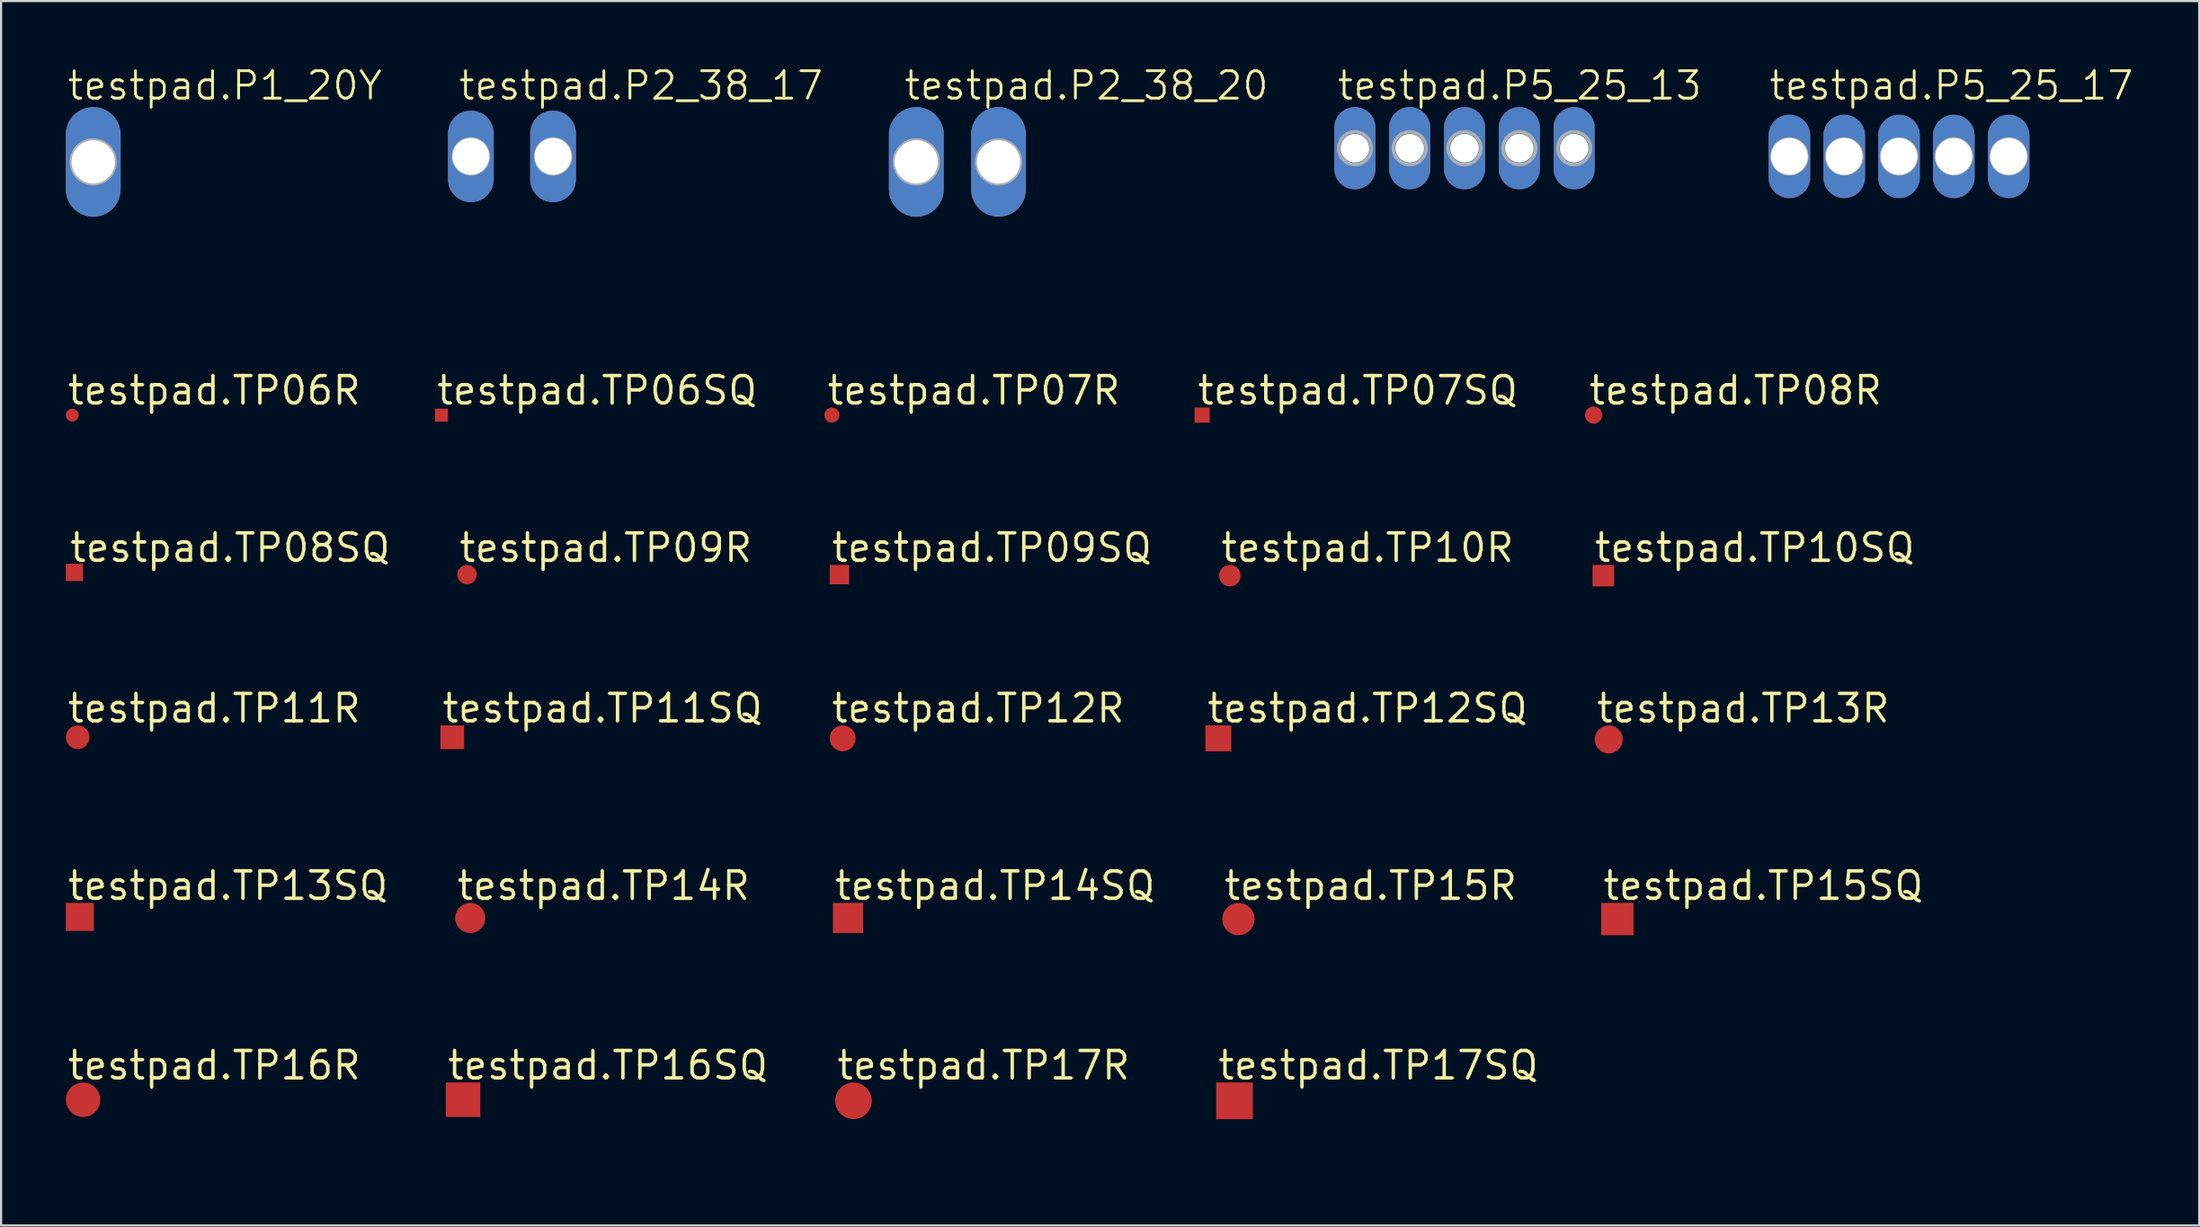
<source format=kicad_pcb>
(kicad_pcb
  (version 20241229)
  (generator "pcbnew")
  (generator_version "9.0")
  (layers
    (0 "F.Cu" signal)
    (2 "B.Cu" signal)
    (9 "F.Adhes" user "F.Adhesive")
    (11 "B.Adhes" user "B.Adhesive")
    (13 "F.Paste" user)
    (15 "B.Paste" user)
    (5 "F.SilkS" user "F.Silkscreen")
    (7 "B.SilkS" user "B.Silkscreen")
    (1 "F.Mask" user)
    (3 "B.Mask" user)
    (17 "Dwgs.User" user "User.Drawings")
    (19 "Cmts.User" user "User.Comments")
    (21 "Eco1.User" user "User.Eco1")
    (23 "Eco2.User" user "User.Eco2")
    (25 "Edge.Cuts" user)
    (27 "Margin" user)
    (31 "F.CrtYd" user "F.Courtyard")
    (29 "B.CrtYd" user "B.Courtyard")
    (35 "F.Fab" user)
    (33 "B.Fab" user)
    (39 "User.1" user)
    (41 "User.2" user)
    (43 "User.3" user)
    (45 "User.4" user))
  (footprint "testpad.P5_25_13"
    (layer "F.Cu")
    (at 64.821 3.819)
    (property "Reference" "testpad.P5_25_13" (at -5.969 -2.159 0) (layer "F.SilkS") (effects (font (size 1.27 1.27) (thickness 0.13)) (justify left bottom)))
    (attr through_hole)
    (fp_rect (start -5.41 0.33) (end -4.75 -0.33) (stroke (width 0.05) (type default)) (fill no) (layer "F.Fab"))
    (fp_rect (start -2.87 0.33) (end -2.21 -0.33) (stroke (width 0.05) (type default)) (fill no) (layer "F.Fab"))
    (fp_rect (start -0.33 0.33) (end 0.33 -0.33) (stroke (width 0.05) (type default)) (fill no) (layer "F.Fab"))
    (fp_rect (start 2.21 0.33) (end 2.87 -0.33) (stroke (width 0.05) (type default)) (fill no) (layer "F.Fab"))
    (fp_rect (start 4.75 0.33) (end 5.41 -0.33) (stroke (width 0.05) (type default)) (fill no) (layer "F.Fab"))
    (fp_circle (center -5.08 0) (end -4.318 0) (stroke (width 0.152) (type default)) (fill no) (layer "F.Fab"))
    (fp_circle (center -2.54 0) (end -1.778 0) (stroke (width 0.152) (type default)) (fill no) (layer "F.Fab"))
    (fp_circle (center 0 0) (end 0.762 0) (stroke (width 0.152) (type default)) (fill no) (layer "F.Fab"))
    (fp_circle (center 2.54 0) (end 3.302 0) (stroke (width 0.152) (type default)) (fill no) (layer "F.Fab"))
    (fp_circle (center 5.08 0) (end 5.842 0) (stroke (width 0.152) (type default)) (fill no) (layer "F.Fab"))
    (fp_text user ">TP_SIGNAL_NAME" (at -5.715 3.81 0) (layer "Eco1.User") (effects (font (size 1 1) (thickness 0.13)) (justify left bottom)))
    (pad "TP-1" thru_hole oval (at -5.08 0 90) (size 3.81 1.905) (drill 1.321) (layers "*.Cu" "*.Mask"))
    (pad "TP-2" thru_hole oval (at -2.54 0 90) (size 3.81 1.905) (drill 1.321) (layers "*.Cu" "*.Mask"))
    (pad "TP-3" thru_hole oval (at 0 0 90) (size 3.81 1.905) (drill 1.321) (layers "*.Cu" "*.Mask"))
    (pad "TP-4" thru_hole oval (at 2.54 0 90) (size 3.81 1.905) (drill 1.321) (layers "*.Cu" "*.Mask"))
    (pad "TP-5" thru_hole oval (at 5.08 0 90) (size 3.81 1.905) (drill 1.321) (layers "*.Cu" "*.Mask")))
  (footprint "testpad.TP09SQ"
    (layer "F.Cu")
    (at 35.852 23.582)
    (property "Reference" "testpad.TP09SQ" (at -0.45 -0.5 0) (layer "F.SilkS") (effects (font (size 1.27 1.27) (thickness 0.16)) (justify left bottom)))
    (attr smd)
    (fp_text user ">TP_SIGNAL_NAME" (at 0 1.905 0) (layer "Eco1.User") (effects (font (size 1 1) (thickness 0.13)) (justify left bottom)))
    (pad "TP" smd roundrect (at 0 0) (size 0.9 0.9) (layers "F.Cu" "F.Mask" "F.Paste") (roundrect_rratio 0.01)))
  (footprint "testpad.TP15R"
    (layer "F.Cu")
    (at 54.344 39.549)
    (property "Reference" "testpad.TP15R" (at -0.75 -0.8 0) (layer "F.SilkS") (effects (font (size 1.27 1.27) (thickness 0.16)) (justify left bottom)))
    (attr smd)
    (fp_text user ">TP_SIGNAL_NAME" (at 0 2.54 0) (layer "Eco1.User") (effects (font (size 1 1) (thickness 0.13)) (justify left bottom)))
    (pad "TP" smd roundrect (at 0 0) (size 1.5 1.5) (layers "F.Cu" "F.Mask" "F.Paste") (roundrect_rratio 0.5)))
  (footprint "testpad.TP09R"
    (layer "F.Cu")
    (at 18.593 23.582)
    (property "Reference" "testpad.TP09R" (at -0.45 -0.5 0) (layer "F.SilkS") (effects (font (size 1.27 1.27) (thickness 0.16)) (justify left bottom)))
    (attr smd)
    (fp_text user ">TP_SIGNAL_NAME" (at 0 1.905 0) (layer "Eco1.User") (effects (font (size 1 1) (thickness 0.13)) (justify left bottom)))
    (pad "TP" smd roundrect (at 0 0) (size 0.9 0.9) (layers "F.Cu" "F.Mask" "F.Paste") (roundrect_rratio 0.5)))
  (footprint "testpad.P2_38_20"
    (layer "F.Cu")
    (at 41.32 4.454)
    (property "Reference" "testpad.P2_38_20" (at -2.54 -2.794 0) (layer "F.SilkS") (effects (font (size 1.27 1.27) (thickness 0.13)) (justify left bottom)))
    (attr through_hole)
    (fp_rect (start -2.235 0.33) (end -1.575 -0.33) (stroke (width 0.05) (type default)) (fill no) (layer "F.Fab"))
    (fp_rect (start 1.575 0.33) (end 2.235 -0.33) (stroke (width 0.05) (type default)) (fill no) (layer "F.Fab"))
    (fp_circle (center -1.905 0) (end -0.889 0) (stroke (width 0.152) (type default)) (fill no) (layer "F.Fab"))
    (fp_circle (center 1.905 0) (end 2.921 0) (stroke (width 0.152) (type default)) (fill no) (layer "F.Fab"))
    (fp_text user ">TP_SIGNAL_NAME" (at -2.54 6.35 0) (layer "Eco1.User") (effects (font (size 1 1) (thickness 0.13)) (justify left bottom)))
    (pad "TP-1" thru_hole oval (at -1.905 0 90) (size 5.08 2.54) (drill 2.007) (layers "*.Cu" "*.Mask"))
    (pad "TP-2" thru_hole oval (at 1.905 0 90) (size 5.08 2.54) (drill 2.007) (layers "*.Cu" "*.Mask")))
  (footprint "testpad.TP12SQ"
    (layer "F.Cu")
    (at 53.411 31.173)
    (property "Reference" "testpad.TP12SQ" (at -0.6 -0.65 0) (layer "F.SilkS") (effects (font (size 1.27 1.27) (thickness 0.16)) (justify left bottom)))
    (attr smd)
    (fp_text user ">TP_SIGNAL_NAME" (at 0 2.54 0) (layer "Eco1.User") (effects (font (size 1 1) (thickness 0.13)) (justify left bottom)))
    (pad "TP" smd roundrect (at 0 0) (size 1.2 1.2) (layers "F.Cu" "F.Mask" "F.Paste") (roundrect_rratio 0.01)))
  (footprint "testpad.TP14SQ"
    (layer "F.Cu")
    (at 36.252 39.499)
    (property "Reference" "testpad.TP14SQ" (at -0.7 -0.75 0) (layer "F.SilkS") (effects (font (size 1.27 1.27) (thickness 0.16)) (justify left bottom)))
    (attr smd)
    (fp_text user ">TP_SIGNAL_NAME" (at 0 2.54 0) (layer "Eco1.User") (effects (font (size 1 1) (thickness 0.13)) (justify left bottom)))
    (pad "TP" smd roundrect (at 0 0) (size 1.4 1.4) (layers "F.Cu" "F.Mask" "F.Paste") (roundrect_rratio 0.01)))
  (footprint "testpad.TP12R"
    (layer "F.Cu")
    (at 36.002 31.173)
    (property "Reference" "testpad.TP12R" (at -0.6 -0.65 0) (layer "F.SilkS") (effects (font (size 1.27 1.27) (thickness 0.16)) (justify left bottom)))
    (attr smd)
    (fp_text user ">TP_SIGNAL_NAME" (at 0 2.54 0) (layer "Eco1.User") (effects (font (size 1 1) (thickness 0.13)) (justify left bottom)))
    (pad "TP" smd roundrect (at 0 0) (size 1.2 1.2) (layers "F.Cu" "F.Mask" "F.Paste") (roundrect_rratio 0.5)))
  (footprint "testpad.TP16R"
    (layer "F.Cu")
    (at 0.8 47.925)
    (property "Reference" "testpad.TP16R" (at -0.8 -0.85 0) (layer "F.SilkS") (effects (font (size 1.27 1.27) (thickness 0.16)) (justify left bottom)))
    (attr smd)
    (fp_text user ">TP_SIGNAL_NAME" (at 0 2.54 0) (layer "Eco1.User") (effects (font (size 1 1) (thickness 0.13)) (justify left bottom)))
    (pad "TP" smd roundrect (at 0 0) (size 1.6 1.6) (layers "F.Cu" "F.Mask" "F.Paste") (roundrect_rratio 0.5)))
  (footprint "testpad.TP14R"
    (layer "F.Cu")
    (at 18.743 39.499)
    (property "Reference" "testpad.TP14R" (at -0.7 -0.75 0) (layer "F.SilkS") (effects (font (size 1.27 1.27) (thickness 0.16)) (justify left bottom)))
    (attr smd)
    (fp_text user ">TP_SIGNAL_NAME" (at 0 2.54 0) (layer "Eco1.User") (effects (font (size 1 1) (thickness 0.13)) (justify left bottom)))
    (pad "TP" smd roundrect (at 0 0) (size 1.4 1.4) (layers "F.Cu" "F.Mask" "F.Paste") (roundrect_rratio 0.5)))
  (footprint "testpad.TP10SQ"
    (layer "F.Cu")
    (at 71.254 23.632)
    (property "Reference" "testpad.TP10SQ" (at -0.5 -0.55 0) (layer "F.SilkS") (effects (font (size 1.27 1.27) (thickness 0.16)) (justify left bottom)))
    (attr smd)
    (fp_text user ">TP_SIGNAL_NAME" (at 0 1.905 0) (layer "Eco1.User") (effects (font (size 1 1) (thickness 0.13)) (justify left bottom)))
    (pad "TP" smd roundrect (at 0 0) (size 1 1) (layers "F.Cu" "F.Mask" "F.Paste") (roundrect_rratio 0.01)))
  (footprint "testpad.TP07SQ"
    (layer "F.Cu")
    (at 52.661 16.19)
    (property "Reference" "testpad.TP07SQ" (at -0.3 -0.4 0) (layer "F.SilkS") (effects (font (size 1.27 1.27) (thickness 0.16)) (justify left bottom)))
    (attr smd)
    (fp_text user ">TP_SIGNAL_NAME" (at 0 1.905 0) (layer "Eco1.User") (effects (font (size 1 1) (thickness 0.13)) (justify left bottom)))
    (pad "TP" smd roundrect (at 0 0) (size 0.7 0.7) (layers "F.Cu" "F.Mask" "F.Paste") (roundrect_rratio 0.01)))
  (footprint "testpad.P1_20Y"
    (layer "F.Cu")
    (at 1.27 4.454)
    (property "Reference" "testpad.P1_20Y" (at -1.27 -2.794 0) (layer "F.SilkS") (effects (font (size 1.27 1.27) (thickness 0.13)) (justify left bottom)))
    (attr through_hole)
    (fp_rect (start -0.33 0.33) (end 0.33 -0.33) (stroke (width 0.05) (type default)) (fill no) (layer "F.Fab"))
    (fp_circle (center 0 0) (end 1.016 0) (stroke (width 0.152) (type default)) (fill no) (layer "F.Fab"))
    (fp_text user ">TP_SIGNAL_NAME" (at -1.27 4.445 0) (layer "Eco1.User") (effects (font (size 1 1) (thickness 0.13)) (justify left bottom)))
    (pad "TP" thru_hole oval (at 0 0 90) (size 5.08 2.54) (drill 2.007) (layers "*.Cu" "*.Mask")))
  (footprint "testpad.TP06R"
    (layer "F.Cu")
    (at 0.3 16.19)
    (property "Reference" "testpad.TP06R" (at -0.3 -0.4 0) (layer "F.SilkS") (effects (font (size 1.27 1.27) (thickness 0.16)) (justify left bottom)))
    (attr smd)
    (fp_text user ">TP_SIGNAL_NAME" (at 0 1.905 0) (layer "Eco1.User") (effects (font (size 1 1) (thickness 0.13)) (justify left bottom)))
    (pad "TP" smd roundrect (at 0 0) (size 0.6 0.6) (layers "F.Cu" "F.Mask" "F.Paste") (roundrect_rratio 0.5)))
  (footprint "testpad.TP10R"
    (layer "F.Cu")
    (at 53.945 23.632)
    (property "Reference" "testpad.TP10R" (at -0.5 -0.55 0) (layer "F.SilkS") (effects (font (size 1.27 1.27) (thickness 0.16)) (justify left bottom)))
    (attr smd)
    (fp_text user ">TP_SIGNAL_NAME" (at 0 1.905 0) (layer "Eco1.User") (effects (font (size 1 1) (thickness 0.13)) (justify left bottom)))
    (pad "TP" smd roundrect (at 0 0) (size 1 1) (layers "F.Cu" "F.Mask" "F.Paste") (roundrect_rratio 0.5)))
  (footprint "testpad.TP11R"
    (layer "F.Cu")
    (at 0.55 31.123)
    (property "Reference" "testpad.TP11R" (at -0.55 -0.6 0) (layer "F.SilkS") (effects (font (size 1.27 1.27) (thickness 0.16)) (justify left bottom)))
    (attr smd)
    (fp_text user ">TP_SIGNAL_NAME" (at 0 1.905 0) (layer "Eco1.User") (effects (font (size 1 1) (thickness 0.13)) (justify left bottom)))
    (pad "TP" smd roundrect (at 0 0) (size 1.1 1.1) (layers "F.Cu" "F.Mask" "F.Paste") (roundrect_rratio 0.5)))
  (footprint "testpad.TP07R"
    (layer "F.Cu")
    (at 35.502 16.19)
    (property "Reference" "testpad.TP07R" (at -0.3 -0.4 0) (layer "F.SilkS") (effects (font (size 1.27 1.27) (thickness 0.16)) (justify left bottom)))
    (attr smd)
    (fp_text user ">TP_SIGNAL_NAME" (at 0 1.905 0) (layer "Eco1.User") (effects (font (size 1 1) (thickness 0.13)) (justify left bottom)))
    (pad "TP" smd roundrect (at 0 0) (size 0.7 0.7) (layers "F.Cu" "F.Mask" "F.Paste") (roundrect_rratio 0.5)))
  (footprint "testpad.TP11SQ"
    (layer "F.Cu")
    (at 17.909 31.123)
    (property "Reference" "testpad.TP11SQ" (at -0.55 -0.6 0) (layer "F.SilkS") (effects (font (size 1.27 1.27) (thickness 0.16)) (justify left bottom)))
    (attr smd)
    (fp_text user ">TP_SIGNAL_NAME" (at 0 2.54 0) (layer "Eco1.User") (effects (font (size 1 1) (thickness 0.13)) (justify left bottom)))
    (pad "TP" smd roundrect (at 0 0) (size 1.1 1.1) (layers "F.Cu" "F.Mask" "F.Paste") (roundrect_rratio 0.01)))
  (footprint "testpad.TP08SQ"
    (layer "F.Cu")
    (at 0.4 23.482)
    (property "Reference" "testpad.TP08SQ" (at -0.3 -0.4 0) (layer "F.SilkS") (effects (font (size 1.27 1.27) (thickness 0.16)) (justify left bottom)))
    (attr smd)
    (fp_text user ">TP_SIGNAL_NAME" (at 0 1.905 0) (layer "Eco1.User") (effects (font (size 1 1) (thickness 0.13)) (justify left bottom)))
    (pad "TP" smd roundrect (at 0 0) (size 0.8 0.8) (layers "F.Cu" "F.Mask" "F.Paste") (roundrect_rratio 0.01)))
  (footprint "testpad.P2_38_17"
    (layer "F.Cu")
    (at 20.676 4.2)
    (property "Reference" "testpad.P2_38_17" (at -2.54 -2.54 0) (layer "F.SilkS") (effects (font (size 1.27 1.27) (thickness 0.13)) (justify left bottom)))
    (attr through_hole)
    (fp_rect (start -2.235 0.33) (end -1.575 -0.33) (stroke (width 0.05) (type default)) (fill no) (layer "F.Fab"))
    (fp_rect (start 1.575 0.33) (end 2.235 -0.33) (stroke (width 0.05) (type default)) (fill no) (layer "F.Fab"))
    (fp_circle (center -1.905 0) (end -1.092 0) (stroke (width 0.152) (type default)) (fill no) (layer "F.Fab"))
    (fp_circle (center 1.905 0) (end 2.718 0) (stroke (width 0.152) (type default)) (fill no) (layer "F.Fab"))
    (fp_text user ">TP_SIGNAL_NAME" (at -2.54 5.715 0) (layer "Eco1.User") (effects (font (size 1 1) (thickness 0.13)) (justify left bottom)))
    (pad "TP-1" thru_hole oval (at -1.905 0 90) (size 4.242 2.121) (drill 1.702) (layers "*.Cu" "*.Mask"))
    (pad "TP-2" thru_hole oval (at 1.905 0 90) (size 4.242 2.121) (drill 1.702) (layers "*.Cu" "*.Mask")))
  (footprint "testpad.TP13R"
    (layer "F.Cu")
    (at 71.504 31.223)
    (property "Reference" "testpad.TP13R" (at -0.65 -0.7 0) (layer "F.SilkS") (effects (font (size 1.27 1.27) (thickness 0.16)) (justify left bottom)))
    (attr smd)
    (fp_text user ">TP_SIGNAL_NAME" (at 0 2.54 0) (layer "Eco1.User") (effects (font (size 1 1) (thickness 0.13)) (justify left bottom)))
    (pad "TP" smd roundrect (at 0 0) (size 1.3 1.3) (layers "F.Cu" "F.Mask" "F.Paste") (roundrect_rratio 0.5)))
  (footprint "testpad.TP16SQ"
    (layer "F.Cu")
    (at 18.409 47.925)
    (property "Reference" "testpad.TP16SQ" (at -0.8 -0.85 0) (layer "F.SilkS") (effects (font (size 1.27 1.27) (thickness 0.16)) (justify left bottom)))
    (attr smd)
    (fp_text user ">TP_SIGNAL_NAME" (at 0 2.54 0) (layer "Eco1.User") (effects (font (size 1 1) (thickness 0.13)) (justify left bottom)))
    (pad "TP" smd roundrect (at 0 0) (size 1.6 1.6) (layers "F.Cu" "F.Mask" "F.Paste") (roundrect_rratio 0.01)))
  (footprint "testpad.TP17SQ"
    (layer "F.Cu")
    (at 54.161 47.975)
    (property "Reference" "testpad.TP17SQ" (at -0.85 -0.9 0) (layer "F.SilkS") (effects (font (size 1.27 1.27) (thickness 0.16)) (justify left bottom)))
    (attr smd)
    (fp_text user ">TP_SIGNAL_NAME" (at 0 2.54 0) (layer "Eco1.User") (effects (font (size 1 1) (thickness 0.13)) (justify left bottom)))
    (pad "TP" smd roundrect (at 0 0) (size 1.7 1.7) (layers "F.Cu" "F.Mask" "F.Paste") (roundrect_rratio 0.01)))
  (footprint "testpad.TP17R"
    (layer "F.Cu")
    (at 36.502 47.975)
    (property "Reference" "testpad.TP17R" (at -0.85 -0.9 0) (layer "F.SilkS") (effects (font (size 1.27 1.27) (thickness 0.16)) (justify left bottom)))
    (attr smd)
    (fp_text user ">TP_SIGNAL_NAME" (at 0 2.54 0) (layer "Eco1.User") (effects (font (size 1 1) (thickness 0.13)) (justify left bottom)))
    (pad "TP" smd roundrect (at 0 0) (size 1.7 1.7) (layers "F.Cu" "F.Mask" "F.Paste") (roundrect_rratio 0.5)))
  (footprint "testpad.TP13SQ"
    (layer "F.Cu")
    (at 0.65 39.449)
    (property "Reference" "testpad.TP13SQ" (at -0.65 -0.7 0) (layer "F.SilkS") (effects (font (size 1.27 1.27) (thickness 0.16)) (justify left bottom)))
    (attr smd)
    (fp_text user ">TP_SIGNAL_NAME" (at 0 2.54 0) (layer "Eco1.User") (effects (font (size 1 1) (thickness 0.13)) (justify left bottom)))
    (pad "TP" smd roundrect (at 0 0) (size 1.3 1.3) (layers "F.Cu" "F.Mask" "F.Paste") (roundrect_rratio 0.01)))
  (footprint "testpad.TP06SQ"
    (layer "F.Cu")
    (at 17.409 16.19)
    (property "Reference" "testpad.TP06SQ" (at -0.3 -0.4 0) (layer "F.SilkS") (effects (font (size 1.27 1.27) (thickness 0.16)) (justify left bottom)))
    (attr smd)
    (fp_text user ">TP_SIGNAL_NAME" (at 0 1.905 0) (layer "Eco1.User") (effects (font (size 1 1) (thickness 0.13)) (justify left bottom)))
    (pad "TP" smd roundrect (at 0 0) (size 0.6 0.6) (layers "F.Cu" "F.Mask" "F.Paste") (roundrect_rratio 0.01)))
  (footprint "testpad.TP15SQ"
    (layer "F.Cu")
    (at 71.904 39.549)
    (property "Reference" "testpad.TP15SQ" (at -0.75 -0.8 0) (layer "F.SilkS") (effects (font (size 1.27 1.27) (thickness 0.16)) (justify left bottom)))
    (attr smd)
    (fp_text user ">TP_SIGNAL_NAME" (at 0 2.54 0) (layer "Eco1.User") (effects (font (size 1 1) (thickness 0.13)) (justify left bottom)))
    (pad "TP" smd roundrect (at 0 0) (size 1.5 1.5) (layers "F.Cu" "F.Mask" "F.Paste") (roundrect_rratio 0.01)))
  (footprint "testpad.P5_25_17"
    (layer "F.Cu")
    (at 84.957 4.2)
    (property "Reference" "testpad.P5_25_17" (at -6.096 -2.54 0) (layer "F.SilkS") (effects (font (size 1.27 1.27) (thickness 0.13)) (justify left bottom)))
    (attr through_hole)
    (fp_rect (start -5.41 0.33) (end -4.75 -0.33) (stroke (width 0.05) (type default)) (fill no) (layer "F.Fab"))
    (fp_rect (start -2.87 0.33) (end -2.21 -0.33) (stroke (width 0.05) (type default)) (fill no) (layer "F.Fab"))
    (fp_rect (start -0.33 0.33) (end 0.33 -0.33) (stroke (width 0.05) (type default)) (fill no) (layer "F.Fab"))
    (fp_rect (start 2.21 0.33) (end 2.87 -0.33) (stroke (width 0.05) (type default)) (fill no) (layer "F.Fab"))
    (fp_rect (start 4.75 0.33) (end 5.41 -0.33) (stroke (width 0.05) (type default)) (fill no) (layer "F.Fab"))
    (fp_circle (center -5.08 0) (end -4.267 0) (stroke (width 0.152) (type default)) (fill no) (layer "F.Fab"))
    (fp_circle (center -2.54 0) (end -1.727 0) (stroke (width 0.152) (type default)) (fill no) (layer "F.Fab"))
    (fp_circle (center 0 0) (end 0.813 0) (stroke (width 0.152) (type default)) (fill no) (layer "F.Fab"))
    (fp_circle (center 2.54 0) (end 3.353 0) (stroke (width 0.152) (type default)) (fill no) (layer "F.Fab"))
    (fp_circle (center 5.08 0) (end 5.893 0) (stroke (width 0.152) (type default)) (fill no) (layer "F.Fab"))
    (fp_text user ">TP_SIGNAL_NAME" (at -5.715 3.81 0) (layer "Eco1.User") (effects (font (size 1 1) (thickness 0.13)) (justify left bottom)))
    (pad "TP-1" thru_hole oval (at -5.08 0 90) (size 3.861 1.93) (drill 1.702) (layers "*.Cu" "*.Mask"))
    (pad "TP-2" thru_hole oval (at -2.54 0 90) (size 3.861 1.93) (drill 1.702) (layers "*.Cu" "*.Mask"))
    (pad "TP-3" thru_hole oval (at 0 0 90) (size 3.861 1.93) (drill 1.702) (layers "*.Cu" "*.Mask"))
    (pad "TP-4" thru_hole oval (at 2.54 0 90) (size 3.861 1.93) (drill 1.702) (layers "*.Cu" "*.Mask"))
    (pad "TP-5" thru_hole oval (at 5.08 0 90) (size 3.861 1.93) (drill 1.702) (layers "*.Cu" "*.Mask")))
  (footprint "testpad.TP08R"
    (layer "F.Cu")
    (at 70.803 16.19)
    (property "Reference" "testpad.TP08R" (at -0.3 -0.4 0) (layer "F.SilkS") (effects (font (size 1.27 1.27) (thickness 0.16)) (justify left bottom)))
    (attr smd)
    (fp_text user ">TP_SIGNAL_NAME" (at 0 1.905 0) (layer "Eco1.User") (effects (font (size 1 1) (thickness 0.13)) (justify left bottom)))
    (pad "TP" smd roundrect (at 0 0) (size 0.8 0.8) (layers "F.Cu" "F.Mask" "F.Paste") (roundrect_rratio 0.5)))
  (gr_rect
    (start -3 -3)
    (end 98.87 53.752)
    (stroke (width 0.1) (type default))
    (fill no)
    (layer "Edge.Cuts")))
</source>
